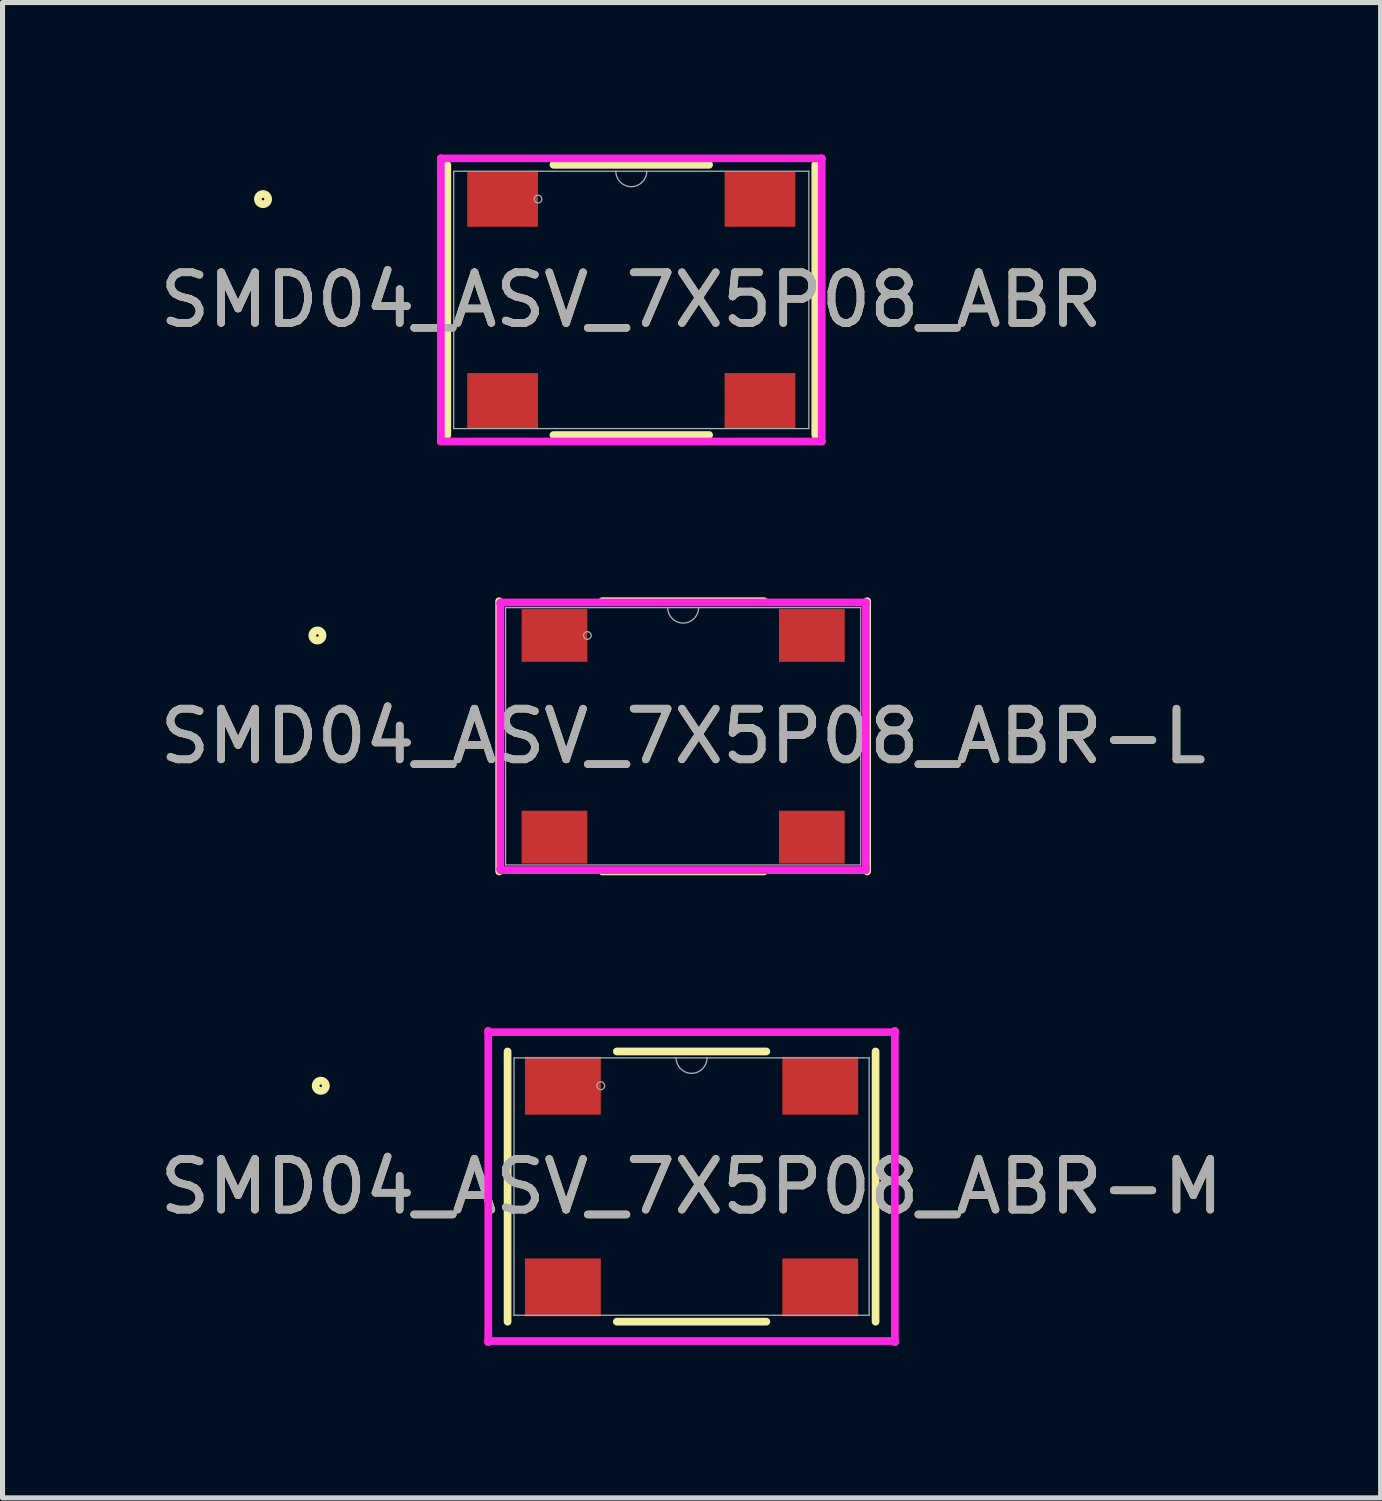
<source format=kicad_pcb>
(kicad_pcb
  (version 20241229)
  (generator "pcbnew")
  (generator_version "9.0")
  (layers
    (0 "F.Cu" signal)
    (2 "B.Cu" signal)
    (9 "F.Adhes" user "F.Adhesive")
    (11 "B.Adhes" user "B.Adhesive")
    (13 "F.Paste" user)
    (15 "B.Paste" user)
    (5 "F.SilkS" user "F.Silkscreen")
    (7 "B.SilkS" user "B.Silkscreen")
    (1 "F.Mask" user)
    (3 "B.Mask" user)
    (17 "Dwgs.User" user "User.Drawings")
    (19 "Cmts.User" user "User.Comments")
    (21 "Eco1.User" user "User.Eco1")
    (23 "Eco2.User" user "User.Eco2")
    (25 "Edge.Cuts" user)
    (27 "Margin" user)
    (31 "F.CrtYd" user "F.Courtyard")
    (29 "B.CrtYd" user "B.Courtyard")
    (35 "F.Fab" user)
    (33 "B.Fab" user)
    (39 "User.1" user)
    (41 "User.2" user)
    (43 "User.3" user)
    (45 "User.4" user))
  (footprint "SMD04_ASV_7X5P08_ABR-M"
    (layer "F.Cu")
    (at 10.601 20.372)
    (property "Reference" "SMD04_ASV_7X5P08_ABR-M" (at 0 0 0) (unlocked yes) (layer "F.SilkS") (effects (font (size 1 1) (thickness 0.15))))
    (attr smd)
    (fp_line (start -3.632 -2.667) (end -3.632 2.667) (stroke (width 0.152) (type solid)) (layer "F.SilkS"))
    (fp_line (start -1.476 2.667) (end 1.476 2.667) (stroke (width 0.152) (type solid)) (layer "F.SilkS"))
    (fp_line (start 1.476 -2.667) (end -1.476 -2.667) (stroke (width 0.152) (type solid)) (layer "F.SilkS"))
    (fp_line (start 3.632 2.667) (end 3.632 -2.667) (stroke (width 0.152) (type solid)) (layer "F.SilkS"))
    (fp_circle (center -7.319 -1.99) (end -7.218 -1.99) (stroke (width 0.152) (type solid)) (fill no) (layer "F.SilkS"))
    (fp_line (start -4.013 -3.069) (end -4.013 -3.069) (stroke (width 0.152) (type solid)) (layer "F.CrtYd"))
    (fp_line (start -4.013 -3.069) (end -4.013 -3.048) (stroke (width 0.152) (type solid)) (layer "F.CrtYd"))
    (fp_line (start -4.013 -3.048) (end 4.013 -3.048) (stroke (width 0.152) (type solid)) (layer "F.CrtYd"))
    (fp_line (start -4.013 3.048) (end -4.013 3.069) (stroke (width 0.152) (type solid)) (layer "F.CrtYd"))
    (fp_line (start -4.013 3.069) (end -4.013 -3.069) (stroke (width 0.152) (type solid)) (layer "F.CrtYd"))
    (fp_line (start -4.013 3.069) (end -4.013 3.069) (stroke (width 0.152) (type solid)) (layer "F.CrtYd"))
    (fp_line (start 4.013 -3.069) (end 4.013 -3.069) (stroke (width 0.152) (type solid)) (layer "F.CrtYd"))
    (fp_line (start 4.013 -3.069) (end 4.013 3.069) (stroke (width 0.152) (type solid)) (layer "F.CrtYd"))
    (fp_line (start 4.013 -3.048) (end 4.013 -3.069) (stroke (width 0.152) (type solid)) (layer "F.CrtYd"))
    (fp_line (start 4.013 3.048) (end -4.013 3.048) (stroke (width 0.152) (type solid)) (layer "F.CrtYd"))
    (fp_line (start 4.013 3.069) (end 4.013 3.048) (stroke (width 0.152) (type solid)) (layer "F.CrtYd"))
    (fp_line (start 4.013 3.069) (end 4.013 3.069) (stroke (width 0.152) (type solid)) (layer "F.CrtYd"))
    (fp_line (start -3.505 -2.54) (end -3.505 2.54) (stroke (width 0.025) (type solid)) (layer "F.Fab"))
    (fp_line (start -3.505 2.54) (end 3.505 2.54) (stroke (width 0.025) (type solid)) (layer "F.Fab"))
    (fp_line (start 3.505 -2.54) (end -3.505 -2.54) (stroke (width 0.025) (type solid)) (layer "F.Fab"))
    (fp_line (start 3.505 2.54) (end 3.505 -2.54) (stroke (width 0.025) (type solid)) (layer "F.Fab"))
    (fp_arc (start 0.3048 -2.54) (mid 0 -2.2352) (end -0.3048 -2.54) (stroke (width 0.0254) (type solid)) (layer "F.Fab"))
    (fp_circle (center -1.792 -1.99) (end -1.715 -1.99) (stroke (width 0.025) (type solid)) (fill no) (layer "F.Fab"))
    (fp_text user "${REFERENCE}" (at 0 0 0) (unlocked yes) (layer "F.Fab") (effects (font (size 1 1) (thickness 0.15))))
    (pad "1" smd rect (at -2.54 -1.99) (size 1.497 1.142) (layers "F.Cu" "F.Mask" "F.Paste"))
    (pad "2" smd rect (at -2.54 1.99) (size 1.497 1.142) (layers "F.Cu" "F.Mask" "F.Paste"))
    (pad "3" smd rect (at 2.54 1.99) (size 1.497 1.142) (layers "F.Cu" "F.Mask" "F.Paste"))
    (pad "4" smd rect (at 2.54 -1.99) (size 1.497 1.142) (layers "F.Cu" "F.Mask" "F.Paste")))
  (footprint "SMD04_ASV_7X5P08_ABR-L"
    (layer "F.Cu")
    (at 10.435 11.484)
    (property "Reference" "SMD04_ASV_7X5P08_ABR-L" (at 0 0 0) (unlocked yes) (layer "F.SilkS") (effects (font (size 1 1) (thickness 0.15))))
    (attr smd)
    (fp_line (start -3.632 -2.667) (end -3.632 2.667) (stroke (width 0.152) (type solid)) (layer "F.SilkS"))
    (fp_line (start -1.598 2.667) (end 1.598 2.667) (stroke (width 0.152) (type solid)) (layer "F.SilkS"))
    (fp_line (start 1.598 -2.667) (end -1.598 -2.667) (stroke (width 0.152) (type solid)) (layer "F.SilkS"))
    (fp_line (start 3.632 2.667) (end 3.632 -2.667) (stroke (width 0.152) (type solid)) (layer "F.SilkS"))
    (fp_circle (center -7.219 -1.99) (end -7.118 -1.99) (stroke (width 0.152) (type solid)) (fill no) (layer "F.SilkS"))
    (fp_line (start -3.607 -2.642) (end 3.607 -2.642) (stroke (width 0.152) (type solid)) (layer "F.CrtYd"))
    (fp_line (start -3.607 -2.613) (end -3.607 -2.642) (stroke (width 0.152) (type solid)) (layer "F.CrtYd"))
    (fp_line (start -3.607 -2.613) (end -3.607 -2.613) (stroke (width 0.152) (type solid)) (layer "F.CrtYd"))
    (fp_line (start -3.607 2.613) (end -3.607 -2.613) (stroke (width 0.152) (type solid)) (layer "F.CrtYd"))
    (fp_line (start -3.607 2.613) (end -3.607 2.613) (stroke (width 0.152) (type solid)) (layer "F.CrtYd"))
    (fp_line (start -3.607 2.642) (end -3.607 2.613) (stroke (width 0.152) (type solid)) (layer "F.CrtYd"))
    (fp_line (start 3.607 -2.642) (end 3.607 -2.613) (stroke (width 0.152) (type solid)) (layer "F.CrtYd"))
    (fp_line (start 3.607 -2.613) (end 3.607 -2.613) (stroke (width 0.152) (type solid)) (layer "F.CrtYd"))
    (fp_line (start 3.607 -2.613) (end 3.607 2.613) (stroke (width 0.152) (type solid)) (layer "F.CrtYd"))
    (fp_line (start 3.607 2.613) (end 3.607 2.613) (stroke (width 0.152) (type solid)) (layer "F.CrtYd"))
    (fp_line (start 3.607 2.613) (end 3.607 2.642) (stroke (width 0.152) (type solid)) (layer "F.CrtYd"))
    (fp_line (start 3.607 2.642) (end -3.607 2.642) (stroke (width 0.152) (type solid)) (layer "F.CrtYd"))
    (fp_line (start -3.505 -2.54) (end -3.505 2.54) (stroke (width 0.025) (type solid)) (layer "F.Fab"))
    (fp_line (start -3.505 2.54) (end 3.505 2.54) (stroke (width 0.025) (type solid)) (layer "F.Fab"))
    (fp_line (start 3.505 -2.54) (end -3.505 -2.54) (stroke (width 0.025) (type solid)) (layer "F.Fab"))
    (fp_line (start 3.505 2.54) (end 3.505 -2.54) (stroke (width 0.025) (type solid)) (layer "F.Fab"))
    (fp_arc (start 0.3048 -2.54) (mid 0 -2.2352) (end -0.3048 -2.54) (stroke (width 0.0254) (type solid)) (layer "F.Fab"))
    (fp_circle (center -1.891 -1.99) (end -1.815 -1.99) (stroke (width 0.025) (type solid)) (fill no) (layer "F.Fab"))
    (fp_text user "${REFERENCE}" (at 0 0 0) (unlocked yes) (layer "F.Fab") (effects (font (size 1 1) (thickness 0.15))))
    (pad "1" smd rect (at -2.54 -1.99) (size 1.297 1.042) (layers "F.Cu" "F.Mask" "F.Paste"))
    (pad "2" smd rect (at -2.54 1.99) (size 1.297 1.042) (layers "F.Cu" "F.Mask" "F.Paste"))
    (pad "3" smd rect (at 2.54 1.99) (size 1.297 1.042) (layers "F.Cu" "F.Mask" "F.Paste"))
    (pad "4" smd rect (at 2.54 -1.99) (size 1.297 1.042) (layers "F.Cu" "F.Mask" "F.Paste")))
  (footprint "SMD04_ASV_7X5P08_ABR"
    (layer "F.Cu")
    (at 9.411 2.87)
    (property "Reference" "SMD04_ASV_7X5P08_ABR" (at 0 0 0) (unlocked yes) (layer "F.SilkS") (effects (font (size 1 1) (thickness 0.15))))
    (attr smd)
    (fp_line (start -3.632 -2.667) (end -3.632 2.667) (stroke (width 0.152) (type solid)) (layer "F.SilkS"))
    (fp_line (start -1.536 2.667) (end 1.536 2.667) (stroke (width 0.152) (type solid)) (layer "F.SilkS"))
    (fp_line (start 1.536 -2.667) (end -1.536 -2.667) (stroke (width 0.152) (type solid)) (layer "F.SilkS"))
    (fp_line (start 3.632 2.667) (end 3.632 -2.667) (stroke (width 0.152) (type solid)) (layer "F.SilkS"))
    (fp_circle (center -7.269 -1.99) (end -7.168 -1.99) (stroke (width 0.152) (type solid)) (fill no) (layer "F.SilkS"))
    (fp_line (start -3.759 -2.794) (end 3.759 -2.794) (stroke (width 0.152) (type solid)) (layer "F.CrtYd"))
    (fp_line (start -3.759 -2.79) (end -3.759 -2.794) (stroke (width 0.152) (type solid)) (layer "F.CrtYd"))
    (fp_line (start -3.759 -2.79) (end -3.759 -2.79) (stroke (width 0.152) (type solid)) (layer "F.CrtYd"))
    (fp_line (start -3.759 2.79) (end -3.759 -2.79) (stroke (width 0.152) (type solid)) (layer "F.CrtYd"))
    (fp_line (start -3.759 2.79) (end -3.759 2.79) (stroke (width 0.152) (type solid)) (layer "F.CrtYd"))
    (fp_line (start -3.759 2.794) (end -3.759 2.79) (stroke (width 0.152) (type solid)) (layer "F.CrtYd"))
    (fp_line (start 3.759 -2.794) (end 3.759 -2.79) (stroke (width 0.152) (type solid)) (layer "F.CrtYd"))
    (fp_line (start 3.759 -2.79) (end 3.759 -2.79) (stroke (width 0.152) (type solid)) (layer "F.CrtYd"))
    (fp_line (start 3.759 -2.79) (end 3.759 2.79) (stroke (width 0.152) (type solid)) (layer "F.CrtYd"))
    (fp_line (start 3.759 2.79) (end 3.759 2.79) (stroke (width 0.152) (type solid)) (layer "F.CrtYd"))
    (fp_line (start 3.759 2.79) (end 3.759 2.794) (stroke (width 0.152) (type solid)) (layer "F.CrtYd"))
    (fp_line (start 3.759 2.794) (end -3.759 2.794) (stroke (width 0.152) (type solid)) (layer "F.CrtYd"))
    (fp_line (start -3.505 -2.54) (end -3.505 2.54) (stroke (width 0.025) (type solid)) (layer "F.Fab"))
    (fp_line (start -3.505 2.54) (end 3.505 2.54) (stroke (width 0.025) (type solid)) (layer "F.Fab"))
    (fp_line (start 3.505 -2.54) (end -3.505 -2.54) (stroke (width 0.025) (type solid)) (layer "F.Fab"))
    (fp_line (start 3.505 2.54) (end 3.505 -2.54) (stroke (width 0.025) (type solid)) (layer "F.Fab"))
    (fp_arc (start 0.3048 -2.54) (mid 0 -2.2352) (end -0.3048 -2.54) (stroke (width 0.0254) (type solid)) (layer "F.Fab"))
    (fp_circle (center -1.841 -1.99) (end -1.765 -1.99) (stroke (width 0.025) (type solid)) (fill no) (layer "F.Fab"))
    (fp_text user "${REFERENCE}" (at 0 0 0) (unlocked yes) (layer "F.Fab") (effects (font (size 1 1) (thickness 0.15))))
    (pad "1" smd rect (at -2.54 -1.99) (size 1.397 1.092) (layers "F.Cu" "F.Mask" "F.Paste"))
    (pad "2" smd rect (at -2.54 1.99) (size 1.397 1.092) (layers "F.Cu" "F.Mask" "F.Paste"))
    (pad "3" smd rect (at 2.54 1.99) (size 1.397 1.092) (layers "F.Cu" "F.Mask" "F.Paste"))
    (pad "4" smd rect (at 2.54 -1.99) (size 1.397 1.092) (layers "F.Cu" "F.Mask" "F.Paste")))
  (gr_rect
    (start -3 -3)
    (end 24.202 26.517)
    (stroke (width 0.1) (type default))
    (fill no)
    (layer "Edge.Cuts")))
</source>
